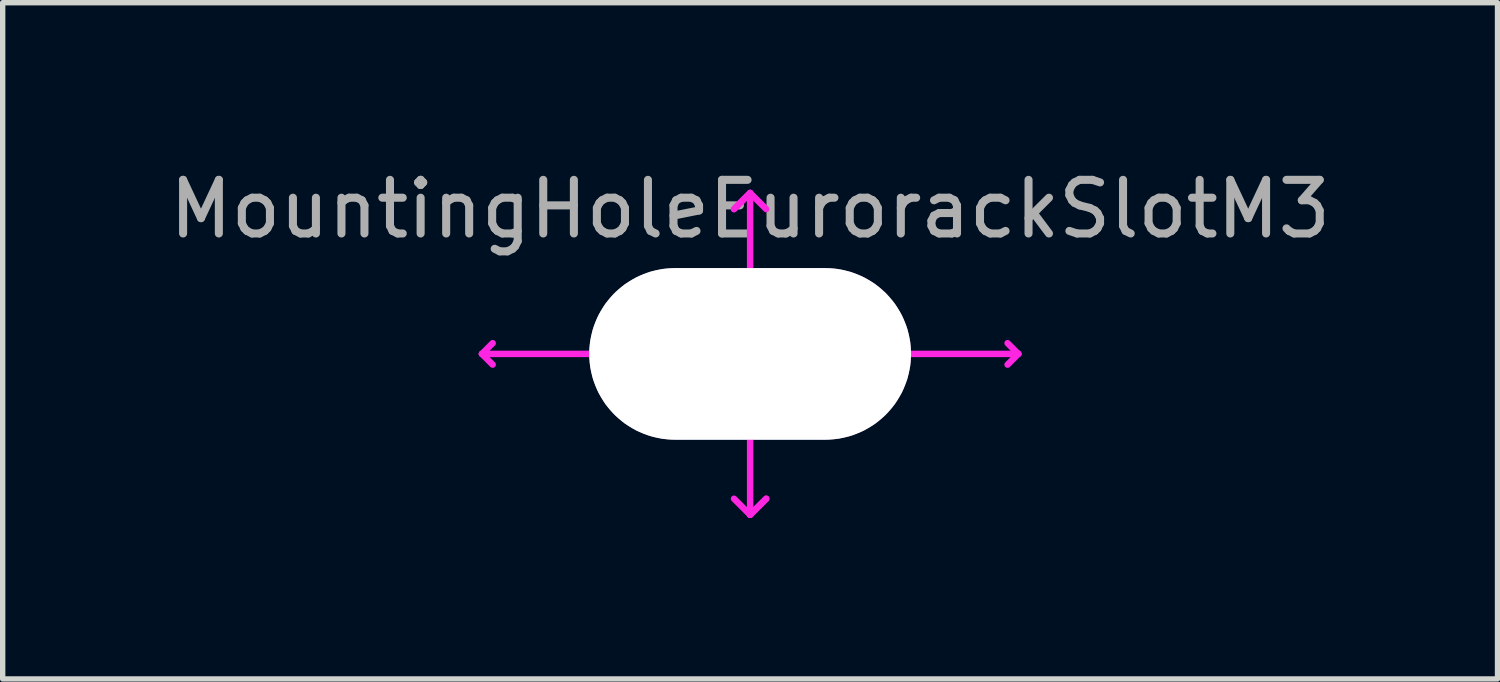
<source format=kicad_pcb>
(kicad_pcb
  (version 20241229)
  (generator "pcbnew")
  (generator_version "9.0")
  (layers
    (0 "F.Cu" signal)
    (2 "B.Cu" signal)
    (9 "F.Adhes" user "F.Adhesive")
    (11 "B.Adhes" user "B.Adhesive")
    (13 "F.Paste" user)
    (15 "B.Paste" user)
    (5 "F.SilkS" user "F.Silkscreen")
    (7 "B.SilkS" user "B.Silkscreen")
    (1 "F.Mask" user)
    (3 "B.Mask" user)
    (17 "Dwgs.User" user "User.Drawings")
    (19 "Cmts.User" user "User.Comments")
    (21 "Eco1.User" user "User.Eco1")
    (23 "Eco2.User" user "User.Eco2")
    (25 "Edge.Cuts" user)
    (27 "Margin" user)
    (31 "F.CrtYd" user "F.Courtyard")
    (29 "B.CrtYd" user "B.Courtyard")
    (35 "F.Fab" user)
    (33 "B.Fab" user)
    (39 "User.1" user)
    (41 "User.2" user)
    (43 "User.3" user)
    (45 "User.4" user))
  (footprint "MountingHoleEurorackSlotM3"
    (layer "F.Cu")
    (at 10.935 3.548)
    (property "Reference" "MountingHoleEurorackSlotM3" (at 0 -2.7 0) (layer "F.Fab") (effects (font (size 1 1) (thickness 0.15))))
    (attr exclude_from_pos_files exclude_from_bom)
    (fp_line (start -5 0) (end -4.8 -0.2) (stroke (width 0.12) (type solid)) (layer "F.CrtYd"))
    (fp_line (start -5 0) (end -4.8 0.2) (stroke (width 0.12) (type solid)) (layer "F.CrtYd"))
    (fp_line (start -0.3 -2.7) (end 0 -3) (stroke (width 0.12) (type solid)) (layer "F.CrtYd"))
    (fp_line (start 0 -3) (end -0.3 -2.7) (stroke (width 0.12) (type solid)) (layer "F.CrtYd"))
    (fp_line (start 0 -3) (end 0.3 -2.7) (stroke (width 0.12) (type solid)) (layer "F.CrtYd"))
    (fp_line (start 0 0) (end -5 0) (stroke (width 0.12) (type solid)) (layer "F.CrtYd"))
    (fp_line (start 0 0) (end 0 -3) (stroke (width 0.12) (type solid)) (layer "F.CrtYd"))
    (fp_line (start 0 0) (end 0 3) (stroke (width 0.12) (type solid)) (layer "F.CrtYd"))
    (fp_line (start 0 0) (end 5 0) (stroke (width 0.12) (type solid)) (layer "F.CrtYd"))
    (fp_line (start 0 3) (end -0.3 2.7) (stroke (width 0.12) (type solid)) (layer "F.CrtYd"))
    (fp_line (start 0 3) (end 0.3 2.7) (stroke (width 0.12) (type solid)) (layer "F.CrtYd"))
    (fp_line (start 0.3 2.7) (end 0 3) (stroke (width 0.12) (type solid)) (layer "F.CrtYd"))
    (fp_line (start 5 0) (end 4.8 -0.2) (stroke (width 0.12) (type solid)) (layer "F.CrtYd"))
    (fp_line (start 5 0) (end 4.8 0.2) (stroke (width 0.12) (type solid)) (layer "F.CrtYd"))
    (pad "" np_thru_hole roundrect (at 0 0) (size 6 3.2) (drill oval 6 3.2) (layers "*.Cu" "*.Mask") (roundrect_rratio 0.5)))
  (gr_rect
    (start -3 -3)
    (end 24.869 9.608)
    (stroke (width 0.1) (type default))
    (fill no)
    (layer "Edge.Cuts")))
</source>
